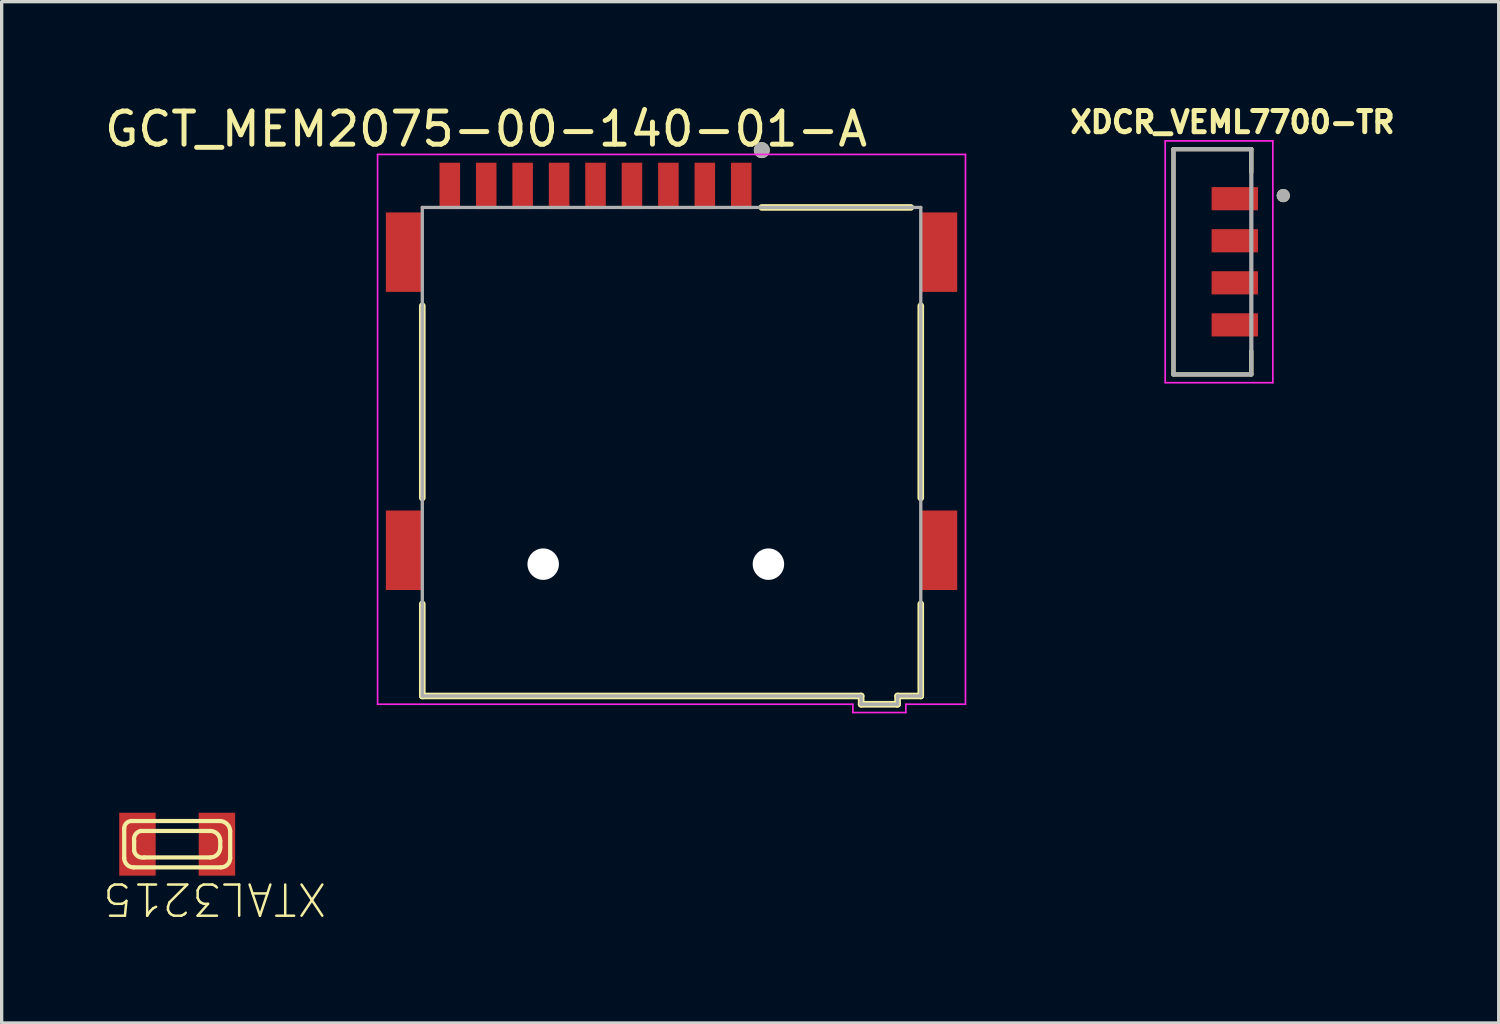
<source format=kicad_pcb>
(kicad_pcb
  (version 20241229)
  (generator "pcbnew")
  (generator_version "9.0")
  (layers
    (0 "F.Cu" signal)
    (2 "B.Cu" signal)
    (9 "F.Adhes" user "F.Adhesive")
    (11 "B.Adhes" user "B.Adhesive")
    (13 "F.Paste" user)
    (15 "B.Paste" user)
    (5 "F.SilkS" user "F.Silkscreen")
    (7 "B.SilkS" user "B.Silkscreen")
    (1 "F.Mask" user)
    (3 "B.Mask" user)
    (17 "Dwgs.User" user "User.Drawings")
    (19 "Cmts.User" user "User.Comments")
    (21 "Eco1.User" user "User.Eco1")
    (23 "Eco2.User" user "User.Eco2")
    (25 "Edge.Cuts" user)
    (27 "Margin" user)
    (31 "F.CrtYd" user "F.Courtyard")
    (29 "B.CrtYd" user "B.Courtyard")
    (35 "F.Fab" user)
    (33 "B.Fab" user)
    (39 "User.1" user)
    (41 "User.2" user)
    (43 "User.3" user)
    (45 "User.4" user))
  (footprint "XTAL3215"
    (layer "F.Cu")
    (at 2.3 22.438)
    (property "Reference" "XTAL3215" (at -2.3 2.2 180) (unlocked yes) (layer "F.SilkS") (effects (font (size 0.941 0.941) (thickness 0.075)) (justify right top)))
    (fp_line (start -1.6 0.417) (end -1.6 -0.476) (stroke (width 0.127) (type solid)) (layer "F.SilkS"))
    (fp_line (start -1.376 -0.7) (end 1.284 -0.7) (stroke (width 0.127) (type solid)) (layer "F.SilkS"))
    (fp_line (start -1.3 0.2) (end -1.3 -0.1) (stroke (width 0.127) (type solid)) (layer "F.SilkS"))
    (fp_line (start -1.1 -0.4) (end 1 -0.4) (stroke (width 0.127) (type solid)) (layer "F.SilkS"))
    (fp_line (start 1 0.4) (end -1 0.4) (stroke (width 0.127) (type solid)) (layer "F.SilkS"))
    (fp_line (start 1.3 -0.1) (end 1.3 0.1) (stroke (width 0.127) (type solid)) (layer "F.SilkS"))
    (fp_line (start 1.317 0.7) (end -1.317 0.7) (stroke (width 0.127) (type solid)) (layer "F.SilkS"))
    (fp_line (start 1.6 -0.384) (end 1.6 0.417) (stroke (width 0.127) (type solid)) (layer "F.SilkS"))
    (fp_arc (start -1.6 -0.4764) (mid -1.534509 -0.634509) (end -1.3764 -0.7) (stroke (width 0.127) (type solid)) (layer "F.SilkS"))
    (fp_arc (start -1.3172 0.7) (mid -1.51717 0.61717) (end -1.6 0.4172) (stroke (width 0.127) (type solid)) (layer "F.SilkS"))
    (fp_arc (start -1.3 -0.1) (mid -1.262161 -0.291441) (end -1.099999 -0.399999) (stroke (width 0.127) (type solid)) (layer "F.SilkS"))
    (fp_arc (start -1 0.4) (mid -1.191422 0.362132) (end -1.300001 0.199999) (stroke (width 0.127) (type solid)) (layer "F.SilkS"))
    (fp_arc (start 1 -0.4) (mid 1.212103 -0.312103) (end 1.3 -0.1) (stroke (width 0.127) (type solid)) (layer "F.SilkS"))
    (fp_arc (start 1.2838 -0.7) (mid 1.507387 -0.607387) (end 1.6 -0.3838) (stroke (width 0.127) (type solid)) (layer "F.SilkS"))
    (fp_arc (start 1.3 0.1) (mid 1.212132 0.312132) (end 0.999999 0.399999) (stroke (width 0.127) (type solid)) (layer "F.SilkS"))
    (fp_arc (start 1.6 0.4172) (mid 1.51717 0.61717) (end 1.3172 0.7) (stroke (width 0.127) (type solid)) (layer "F.SilkS"))
    (pad "1" smd rect (at 1.2 0) (size 1.1 1.9) (layers "F.Cu" "F.Mask" "F.Paste"))
    (pad "2" smd rect (at -1.2 0 180) (size 1.1 1.9) (layers "F.Cu" "F.Mask" "F.Paste")))
  (footprint "XDCR_VEML7700-TR"
    (layer "F.Cu")
    (at 33.555 4.854)
    (property "Reference" "XDCR_VEML7700-TR" (at 0.607 -4.216 0) (layer "F.SilkS") (effects (font (size 0.64 0.64) (thickness 0.15))))
    (attr smd)
    (fp_line (start -1.175 -3.4) (end -1.175 3.4) (stroke (width 0.127) (type solid)) (layer "F.SilkS"))
    (fp_line (start -1.175 3.4) (end 1.175 3.4) (stroke (width 0.127) (type solid)) (layer "F.SilkS"))
    (fp_line (start 1.175 -3.4) (end -1.175 -3.4) (stroke (width 0.127) (type solid)) (layer "F.SilkS"))
    (fp_line (start 1.175 -3.4) (end 1.175 -2.7) (stroke (width 0.127) (type solid)) (layer "F.SilkS"))
    (fp_line (start 1.175 3.4) (end 1.175 2.7) (stroke (width 0.127) (type solid)) (layer "F.SilkS"))
    (fp_circle (center 2.139 -1.998) (end 2.239 -1.998) (stroke (width 0.2) (type solid)) (fill no) (layer "F.SilkS"))
    (fp_line (start -1.425 -3.65) (end -1.425 3.65) (stroke (width 0.05) (type solid)) (layer "F.CrtYd"))
    (fp_line (start -1.425 -3.65) (end 1.825 -3.65) (stroke (width 0.05) (type solid)) (layer "F.CrtYd"))
    (fp_line (start -1.425 3.65) (end 1.825 3.65) (stroke (width 0.05) (type solid)) (layer "F.CrtYd"))
    (fp_line (start 1.825 3.65) (end 1.825 -3.65) (stroke (width 0.05) (type solid)) (layer "F.CrtYd"))
    (fp_line (start -1.175 -3.4) (end -1.175 3.4) (stroke (width 0.127) (type solid)) (layer "F.Fab"))
    (fp_line (start -1.175 -3.4) (end 1.175 -3.4) (stroke (width 0.127) (type solid)) (layer "F.Fab"))
    (fp_line (start -1.175 3.4) (end 1.175 3.4) (stroke (width 0.127) (type solid)) (layer "F.Fab"))
    (fp_line (start 1.175 3.4) (end 1.175 -3.4) (stroke (width 0.127) (type solid)) (layer "F.Fab"))
    (fp_circle (center 2.139 -1.998) (end 2.239 -1.998) (stroke (width 0.2) (type solid)) (fill no) (layer "F.Fab"))
    (pad "1" smd rect (at 0.675 -1.905) (size 1.4 0.7) (layers "F.Cu" "F.Mask" "F.Paste"))
    (pad "2" smd rect (at 0.675 -0.635) (size 1.4 0.7) (layers "F.Cu" "F.Mask" "F.Paste"))
    (pad "3" smd rect (at 0.675 0.635) (size 1.4 0.7) (layers "F.Cu" "F.Mask" "F.Paste"))
    (pad "4" smd rect (at 0.675 1.905) (size 1.4 0.7) (layers "F.Cu" "F.Mask" "F.Paste")))
  (footprint "GCT_MEM2075-00-140-01-A"
    (layer "F.Cu")
    (at 16.75 13.983)
    (property "Reference" "GCT_MEM2075-00-140-01-A" (at -5.125 -13.135 0) (layer "F.SilkS") (effects (font (size 1 1) (thickness 0.15))))
    (attr smd)
    (fp_line (start -7.05 -2) (end -7.05 -7.8) (stroke (width 0.2) (type solid)) (layer "F.SilkS"))
    (fp_line (start -7.05 3.98) (end -7.05 1.2) (stroke (width 0.2) (type solid)) (layer "F.SilkS"))
    (fp_line (start -7.05 3.98) (end 6.2 3.98) (stroke (width 0.2) (type solid)) (layer "F.SilkS"))
    (fp_line (start 3.2 -10.77) (end 7.7 -10.77) (stroke (width 0.2) (type solid)) (layer "F.SilkS"))
    (fp_line (start 6.2 3.98) (end 6.2 4.23) (stroke (width 0.2) (type solid)) (layer "F.SilkS"))
    (fp_line (start 6.2 4.23) (end 7.3 4.23) (stroke (width 0.2) (type solid)) (layer "F.SilkS"))
    (fp_line (start 7.3 3.98) (end 8 3.98) (stroke (width 0.2) (type solid)) (layer "F.SilkS"))
    (fp_line (start 7.3 4.23) (end 7.3 3.98) (stroke (width 0.2) (type solid)) (layer "F.SilkS"))
    (fp_line (start 8 -2) (end 8 -7.8) (stroke (width 0.2) (type solid)) (layer "F.SilkS"))
    (fp_line (start 8 3.98) (end 8 1.2) (stroke (width 0.2) (type solid)) (layer "F.SilkS"))
    (fp_circle (center 3.2 -12.5) (end 3.32 -12.5) (stroke (width 0.24) (type solid)) (fill no) (layer "F.SilkS"))
    (fp_line (start -8.4 -12.37) (end 9.35 -12.37) (stroke (width 0.05) (type solid)) (layer "F.CrtYd"))
    (fp_line (start -8.4 4.23) (end -8.4 -12.37) (stroke (width 0.05) (type solid)) (layer "F.CrtYd"))
    (fp_line (start -8.4 4.23) (end 5.95 4.23) (stroke (width 0.05) (type solid)) (layer "F.CrtYd"))
    (fp_line (start 5.95 4.23) (end 5.95 4.48) (stroke (width 0.05) (type solid)) (layer "F.CrtYd"))
    (fp_line (start 5.95 4.48) (end 7.55 4.48) (stroke (width 0.05) (type solid)) (layer "F.CrtYd"))
    (fp_line (start 7.55 4.23) (end 9.35 4.23) (stroke (width 0.05) (type solid)) (layer "F.CrtYd"))
    (fp_line (start 7.55 4.48) (end 7.55 4.23) (stroke (width 0.05) (type solid)) (layer "F.CrtYd"))
    (fp_line (start 9.35 -12.37) (end 9.35 4.23) (stroke (width 0.05) (type solid)) (layer "F.CrtYd"))
    (fp_line (start -7.05 -10.77) (end 8 -10.77) (stroke (width 0.1) (type solid)) (layer "F.Fab"))
    (fp_line (start -7.05 3.98) (end -7.05 -10.77) (stroke (width 0.1) (type solid)) (layer "F.Fab"))
    (fp_line (start -7.05 3.98) (end 6.2 3.98) (stroke (width 0.1) (type solid)) (layer "F.Fab"))
    (fp_line (start 6.2 3.98) (end 6.2 4.23) (stroke (width 0.1) (type solid)) (layer "F.Fab"))
    (fp_line (start 6.2 4.23) (end 7.3 4.23) (stroke (width 0.1) (type solid)) (layer "F.Fab"))
    (fp_line (start 7.3 3.98) (end 8 3.98) (stroke (width 0.1) (type solid)) (layer "F.Fab"))
    (fp_line (start 7.3 4.23) (end 7.3 3.98) (stroke (width 0.1) (type solid)) (layer "F.Fab"))
    (fp_line (start 8 3.98) (end 8 -10.77) (stroke (width 0.1) (type solid)) (layer "F.Fab"))
    (fp_circle (center 3.2 -12.5) (end 3.32 -12.5) (stroke (width 0.24) (type solid)) (fill no) (layer "F.Fab"))
    (pad "" np_thru_hole circle (at -3.4 0) (size 0.95 0.95) (drill 0.95) (layers "*.Cu" "*.Mask"))
    (pad "" np_thru_hole circle (at 3.4 0) (size 0.95 0.95) (drill 0.95) (layers "*.Cu" "*.Mask"))
    (pad "1" smd rect (at 2.58 -11.42) (size 0.62 1.4) (layers "F.Cu" "F.Mask" "F.Paste"))
    (pad "2" smd rect (at 1.48 -11.42) (size 0.62 1.4) (layers "F.Cu" "F.Mask" "F.Paste"))
    (pad "3" smd rect (at 0.38 -11.42) (size 0.62 1.4) (layers "F.Cu" "F.Mask" "F.Paste"))
    (pad "4" smd rect (at -0.72 -11.42) (size 0.62 1.4) (layers "F.Cu" "F.Mask" "F.Paste"))
    (pad "5" smd rect (at -1.82 -11.42) (size 0.62 1.4) (layers "F.Cu" "F.Mask" "F.Paste"))
    (pad "6" smd rect (at -2.92 -11.42) (size 0.62 1.4) (layers "F.Cu" "F.Mask" "F.Paste"))
    (pad "7" smd rect (at -4.02 -11.42) (size 0.62 1.4) (layers "F.Cu" "F.Mask" "F.Paste"))
    (pad "8" smd rect (at -5.12 -11.42) (size 0.62 1.4) (layers "F.Cu" "F.Mask" "F.Paste"))
    (pad "9" smd rect (at -6.22 -11.42) (size 0.62 1.4) (layers "F.Cu" "F.Mask" "F.Paste"))
    (pad "10" smd rect (at -7.6 -9.42) (size 1.1 2.4) (layers "F.Cu" "F.Mask" "F.Paste"))
    (pad "10" smd rect (at -7.6 -0.42) (size 1.1 2.4) (layers "F.Cu" "F.Mask" "F.Paste"))
    (pad "10" smd rect (at 8.55 -9.42) (size 1.1 2.4) (layers "F.Cu" "F.Mask" "F.Paste"))
    (pad "10" smd rect (at 8.55 -0.42) (size 1.1 2.4) (layers "F.Cu" "F.Mask" "F.Paste"))
    (zone (net_name "") (layer "F.Cu") (hatch full 0.508) (connect_pads) (min_thickness 0.01) (filled_areas_thickness no) (keepout (tracks not_allowed) (vias not_allowed) (pads not_allowed) (copperpour not_allowed) (footprints allowed)) (placement (enabled no)) (fill) (polygon (pts (xy 9.7 6.063) (xy 19.9 6.063) (xy 19.9 10.113) (xy 9.7 10.113))))
    (zone (net_name "") (layers "F.Cu" "B.Cu") (hatch full 0.508) (connect_pads) (min_thickness 0.01) (filled_areas_thickness no) (keepout (tracks allowed) (vias not_allowed) (pads allowed) (copperpour allowed) (footprints allowed)) (placement (enabled no)) (fill) (polygon (pts (xy 9.7 6.063) (xy 19.9 6.063) (xy 19.9 10.113) (xy 9.7 10.113)))))
  (gr_rect
    (start -3 -3)
    (end 42.199 27.836)
    (stroke (width 0.1) (type default))
    (fill no)
    (layer "Edge.Cuts")))
</source>
